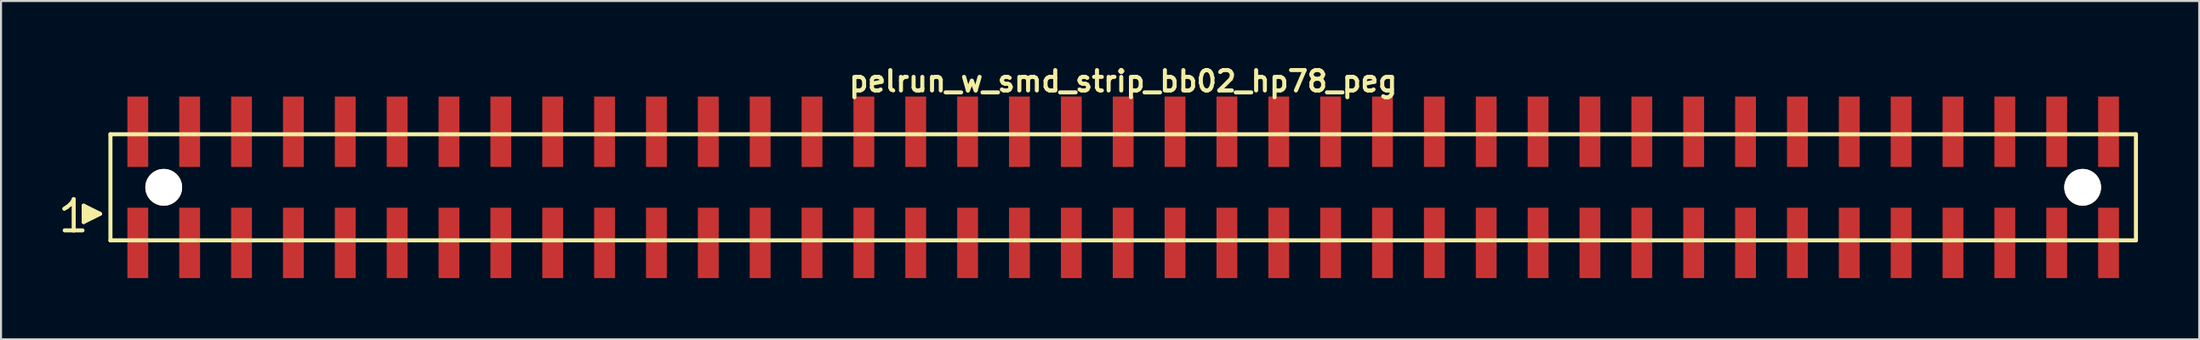
<source format=kicad_pcb>
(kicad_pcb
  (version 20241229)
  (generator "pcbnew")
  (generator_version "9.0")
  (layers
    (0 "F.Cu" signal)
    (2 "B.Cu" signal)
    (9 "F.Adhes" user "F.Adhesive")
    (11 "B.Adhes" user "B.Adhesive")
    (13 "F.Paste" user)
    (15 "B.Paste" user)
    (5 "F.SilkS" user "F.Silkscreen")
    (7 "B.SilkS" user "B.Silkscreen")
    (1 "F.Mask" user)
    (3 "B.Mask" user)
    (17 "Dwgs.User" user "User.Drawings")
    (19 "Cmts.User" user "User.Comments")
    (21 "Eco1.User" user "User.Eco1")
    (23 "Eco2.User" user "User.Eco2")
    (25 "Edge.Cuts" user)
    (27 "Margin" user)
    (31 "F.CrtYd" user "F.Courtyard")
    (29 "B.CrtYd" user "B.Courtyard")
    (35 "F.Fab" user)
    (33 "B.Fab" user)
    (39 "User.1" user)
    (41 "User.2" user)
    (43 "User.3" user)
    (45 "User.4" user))
  (footprint "pelrun_w_smd_strip_bb02_hp78_peg"
    (layer "F.Cu")
    (at 51.959 6.132)
    (property "Reference" "pelrun_w_smd_strip_bb02_hp78_peg" (at 0 -5.2 0) (layer "F.SilkS") (effects (font (size 0.998 0.998) (thickness 0.198))))
    (attr through_hole)
    (fp_line (start -51.86 1.05) (end -51.73 0.97) (stroke (width 0.198) (type solid)) (layer "F.SilkS"))
    (fp_line (start -51.73 0.97) (end -51.57 0.84) (stroke (width 0.198) (type solid)) (layer "F.SilkS"))
    (fp_line (start -51.57 0.84) (end -51.43 0.67) (stroke (width 0.198) (type solid)) (layer "F.SilkS"))
    (fp_line (start -51.43 0.67) (end -51.4 0.58) (stroke (width 0.198) (type solid)) (layer "F.SilkS"))
    (fp_line (start -51.4 0.58) (end -51.4 2.11) (stroke (width 0.198) (type solid)) (layer "F.SilkS"))
    (fp_line (start -51.4 2.11) (end -51.84 2.11) (stroke (width 0.198) (type solid)) (layer "F.SilkS"))
    (fp_line (start -50.97 2.11) (end -51.41 2.11) (stroke (width 0.198) (type solid)) (layer "F.SilkS"))
    (fp_line (start -50.91 0.9) (end -50.11 1.3) (stroke (width 0.198) (type solid)) (layer "F.SilkS"))
    (fp_line (start -50.91 1.7) (end -50.91 0.9) (stroke (width 0.198) (type solid)) (layer "F.SilkS"))
    (fp_line (start -50.81 1.6) (end -50.81 1) (stroke (width 0.198) (type solid)) (layer "F.SilkS"))
    (fp_line (start -50.71 1.1) (end -50.71 1.5) (stroke (width 0.198) (type solid)) (layer "F.SilkS"))
    (fp_line (start -50.61 1.5) (end -50.61 1.1) (stroke (width 0.198) (type solid)) (layer "F.SilkS"))
    (fp_line (start -50.51 1.2) (end -50.51 1.4) (stroke (width 0.198) (type solid)) (layer "F.SilkS"))
    (fp_line (start -50.41 1.4) (end -50.41 1.2) (stroke (width 0.198) (type solid)) (layer "F.SilkS"))
    (fp_line (start -50.11 1.3) (end -50.91 1.7) (stroke (width 0.198) (type solid)) (layer "F.SilkS"))
    (fp_line (start -49.6 -2.6) (end -49.6 2.6) (stroke (width 0.198) (type solid)) (layer "F.SilkS"))
    (fp_line (start -49.6 -2.6) (end 49.6 -2.6) (stroke (width 0.198) (type solid)) (layer "F.SilkS"))
    (fp_line (start 49.6 2.6) (end -49.6 2.6) (stroke (width 0.198) (type solid)) (layer "F.SilkS"))
    (fp_line (start 49.6 2.6) (end 49.6 -2.6) (stroke (width 0.198) (type solid)) (layer "F.SilkS"))
    (pad "" np_thru_hole circle (at -46.99 0) (size 1.8 1.8) (drill 1.8) (layers "*.Cu" "*.Mask" "F.SilkS"))
    (pad "" np_thru_hole circle (at 46.99 0) (size 1.8 1.8) (drill 1.8) (layers "*.Cu" "*.Mask" "F.SilkS"))
    (pad "1" smd rect (at -48.26 2.725) (size 1.02 3.45) (layers "F.Cu" "F.Mask" "F.Paste"))
    (pad "2" smd rect (at -48.26 -2.725) (size 1.02 3.45) (layers "F.Cu" "F.Mask" "F.Paste"))
    (pad "3" smd rect (at -45.72 2.725) (size 1.02 3.45) (layers "F.Cu" "F.Mask" "F.Paste"))
    (pad "4" smd rect (at -45.72 -2.725) (size 1.02 3.45) (layers "F.Cu" "F.Mask" "F.Paste"))
    (pad "5" smd rect (at -43.18 2.725) (size 1.02 3.45) (layers "F.Cu" "F.Mask" "F.Paste"))
    (pad "6" smd rect (at -43.18 -2.725) (size 1.02 3.45) (layers "F.Cu" "F.Mask" "F.Paste"))
    (pad "7" smd rect (at -40.64 2.725) (size 1.02 3.45) (layers "F.Cu" "F.Mask" "F.Paste"))
    (pad "8" smd rect (at -40.64 -2.725) (size 1.02 3.45) (layers "F.Cu" "F.Mask" "F.Paste"))
    (pad "9" smd rect (at -38.1 2.725) (size 1.02 3.45) (layers "F.Cu" "F.Mask" "F.Paste"))
    (pad "10" smd rect (at -38.1 -2.725) (size 1.02 3.45) (layers "F.Cu" "F.Mask" "F.Paste"))
    (pad "11" smd rect (at -35.56 2.725) (size 1.02 3.45) (layers "F.Cu" "F.Mask" "F.Paste"))
    (pad "12" smd rect (at -35.56 -2.725) (size 1.02 3.45) (layers "F.Cu" "F.Mask" "F.Paste"))
    (pad "13" smd rect (at -33.02 2.725) (size 1.02 3.45) (layers "F.Cu" "F.Mask" "F.Paste"))
    (pad "14" smd rect (at -33.02 -2.725) (size 1.02 3.45) (layers "F.Cu" "F.Mask" "F.Paste"))
    (pad "15" smd rect (at -30.48 2.725) (size 1.02 3.45) (layers "F.Cu" "F.Mask" "F.Paste"))
    (pad "16" smd rect (at -30.48 -2.725) (size 1.02 3.45) (layers "F.Cu" "F.Mask" "F.Paste"))
    (pad "17" smd rect (at -27.94 2.725) (size 1.02 3.45) (layers "F.Cu" "F.Mask" "F.Paste"))
    (pad "18" smd rect (at -27.94 -2.725) (size 1.02 3.45) (layers "F.Cu" "F.Mask" "F.Paste"))
    (pad "19" smd rect (at -25.4 2.725) (size 1.02 3.45) (layers "F.Cu" "F.Mask" "F.Paste"))
    (pad "20" smd rect (at -25.4 -2.725) (size 1.02 3.45) (layers "F.Cu" "F.Mask" "F.Paste"))
    (pad "21" smd rect (at -22.86 2.725) (size 1.02 3.45) (layers "F.Cu" "F.Mask" "F.Paste"))
    (pad "22" smd rect (at -22.86 -2.725) (size 1.02 3.45) (layers "F.Cu" "F.Mask" "F.Paste"))
    (pad "23" smd rect (at -20.32 2.725) (size 1.02 3.45) (layers "F.Cu" "F.Mask" "F.Paste"))
    (pad "24" smd rect (at -20.32 -2.725) (size 1.02 3.45) (layers "F.Cu" "F.Mask" "F.Paste"))
    (pad "25" smd rect (at -17.78 2.725) (size 1.02 3.45) (layers "F.Cu" "F.Mask" "F.Paste"))
    (pad "26" smd rect (at -17.78 -2.725) (size 1.02 3.45) (layers "F.Cu" "F.Mask" "F.Paste"))
    (pad "27" smd rect (at -15.24 2.725) (size 1.02 3.45) (layers "F.Cu" "F.Mask" "F.Paste"))
    (pad "28" smd rect (at -15.24 -2.725) (size 1.02 3.45) (layers "F.Cu" "F.Mask" "F.Paste"))
    (pad "29" smd rect (at -12.7 2.725) (size 1.02 3.45) (layers "F.Cu" "F.Mask" "F.Paste"))
    (pad "30" smd rect (at -12.7 -2.725) (size 1.02 3.45) (layers "F.Cu" "F.Mask" "F.Paste"))
    (pad "31" smd rect (at -10.16 2.725) (size 1.02 3.45) (layers "F.Cu" "F.Mask" "F.Paste"))
    (pad "32" smd rect (at -10.16 -2.725) (size 1.02 3.45) (layers "F.Cu" "F.Mask" "F.Paste"))
    (pad "33" smd rect (at -7.62 2.725) (size 1.02 3.45) (layers "F.Cu" "F.Mask" "F.Paste"))
    (pad "34" smd rect (at -7.62 -2.725) (size 1.02 3.45) (layers "F.Cu" "F.Mask" "F.Paste"))
    (pad "35" smd rect (at -5.08 2.725) (size 1.02 3.45) (layers "F.Cu" "F.Mask" "F.Paste"))
    (pad "36" smd rect (at -5.08 -2.725) (size 1.02 3.45) (layers "F.Cu" "F.Mask" "F.Paste"))
    (pad "37" smd rect (at -2.54 2.725) (size 1.02 3.45) (layers "F.Cu" "F.Mask" "F.Paste"))
    (pad "38" smd rect (at -2.54 -2.725) (size 1.02 3.45) (layers "F.Cu" "F.Mask" "F.Paste"))
    (pad "39" smd rect (at 0 2.725) (size 1.02 3.45) (layers "F.Cu" "F.Mask" "F.Paste"))
    (pad "40" smd rect (at 0 -2.725) (size 1.02 3.45) (layers "F.Cu" "F.Mask" "F.Paste"))
    (pad "41" smd rect (at 2.54 2.725) (size 1.02 3.45) (layers "F.Cu" "F.Mask" "F.Paste"))
    (pad "42" smd rect (at 2.54 -2.725) (size 1.02 3.45) (layers "F.Cu" "F.Mask" "F.Paste"))
    (pad "43" smd rect (at 5.08 2.725) (size 1.02 3.45) (layers "F.Cu" "F.Mask" "F.Paste"))
    (pad "44" smd rect (at 5.08 -2.725) (size 1.02 3.45) (layers "F.Cu" "F.Mask" "F.Paste"))
    (pad "45" smd rect (at 7.62 2.725) (size 1.02 3.45) (layers "F.Cu" "F.Mask" "F.Paste"))
    (pad "46" smd rect (at 7.62 -2.725) (size 1.02 3.45) (layers "F.Cu" "F.Mask" "F.Paste"))
    (pad "47" smd rect (at 10.16 2.725) (size 1.02 3.45) (layers "F.Cu" "F.Mask" "F.Paste"))
    (pad "48" smd rect (at 10.16 -2.725) (size 1.02 3.45) (layers "F.Cu" "F.Mask" "F.Paste"))
    (pad "49" smd rect (at 12.7 2.725) (size 1.02 3.45) (layers "F.Cu" "F.Mask" "F.Paste"))
    (pad "50" smd rect (at 12.7 -2.725) (size 1.02 3.45) (layers "F.Cu" "F.Mask" "F.Paste"))
    (pad "51" smd rect (at 15.24 2.725) (size 1.02 3.45) (layers "F.Cu" "F.Mask" "F.Paste"))
    (pad "52" smd rect (at 15.24 -2.725) (size 1.02 3.45) (layers "F.Cu" "F.Mask" "F.Paste"))
    (pad "53" smd rect (at 17.78 2.725) (size 1.02 3.45) (layers "F.Cu" "F.Mask" "F.Paste"))
    (pad "54" smd rect (at 17.78 -2.725) (size 1.02 3.45) (layers "F.Cu" "F.Mask" "F.Paste"))
    (pad "55" smd rect (at 20.32 2.725) (size 1.02 3.45) (layers "F.Cu" "F.Mask" "F.Paste"))
    (pad "56" smd rect (at 20.32 -2.725) (size 1.02 3.45) (layers "F.Cu" "F.Mask" "F.Paste"))
    (pad "57" smd rect (at 22.86 2.725) (size 1.02 3.45) (layers "F.Cu" "F.Mask" "F.Paste"))
    (pad "58" smd rect (at 22.86 -2.725) (size 1.02 3.45) (layers "F.Cu" "F.Mask" "F.Paste"))
    (pad "59" smd rect (at 25.4 2.725) (size 1.02 3.45) (layers "F.Cu" "F.Mask" "F.Paste"))
    (pad "60" smd rect (at 25.4 -2.725) (size 1.02 3.45) (layers "F.Cu" "F.Mask" "F.Paste"))
    (pad "61" smd rect (at 27.94 2.725) (size 1.02 3.45) (layers "F.Cu" "F.Mask" "F.Paste"))
    (pad "62" smd rect (at 27.94 -2.725) (size 1.02 3.45) (layers "F.Cu" "F.Mask" "F.Paste"))
    (pad "63" smd rect (at 30.48 2.725) (size 1.02 3.45) (layers "F.Cu" "F.Mask" "F.Paste"))
    (pad "64" smd rect (at 30.48 -2.725) (size 1.02 3.45) (layers "F.Cu" "F.Mask" "F.Paste"))
    (pad "65" smd rect (at 33.02 2.725) (size 1.02 3.45) (layers "F.Cu" "F.Mask" "F.Paste"))
    (pad "66" smd rect (at 33.02 -2.725) (size 1.02 3.45) (layers "F.Cu" "F.Mask" "F.Paste"))
    (pad "67" smd rect (at 35.56 2.725) (size 1.02 3.45) (layers "F.Cu" "F.Mask" "F.Paste"))
    (pad "68" smd rect (at 35.56 -2.725) (size 1.02 3.45) (layers "F.Cu" "F.Mask" "F.Paste"))
    (pad "69" smd rect (at 38.1 2.725) (size 1.02 3.45) (layers "F.Cu" "F.Mask" "F.Paste"))
    (pad "70" smd rect (at 38.1 -2.725) (size 1.02 3.45) (layers "F.Cu" "F.Mask" "F.Paste"))
    (pad "71" smd rect (at 40.64 2.725) (size 1.02 3.45) (layers "F.Cu" "F.Mask" "F.Paste"))
    (pad "72" smd rect (at 40.64 -2.725) (size 1.02 3.45) (layers "F.Cu" "F.Mask" "F.Paste"))
    (pad "73" smd rect (at 43.18 2.725) (size 1.02 3.45) (layers "F.Cu" "F.Mask" "F.Paste"))
    (pad "74" smd rect (at 43.18 -2.725) (size 1.02 3.45) (layers "F.Cu" "F.Mask" "F.Paste"))
    (pad "75" smd rect (at 45.72 2.725) (size 1.02 3.45) (layers "F.Cu" "F.Mask" "F.Paste"))
    (pad "76" smd rect (at 45.72 -2.725) (size 1.02 3.45) (layers "F.Cu" "F.Mask" "F.Paste"))
    (pad "77" smd rect (at 48.26 2.725) (size 1.02 3.45) (layers "F.Cu" "F.Mask" "F.Paste"))
    (pad "78" smd rect (at 48.26 -2.725) (size 1.02 3.45) (layers "F.Cu" "F.Mask" "F.Paste")))
  (gr_rect
    (start -3 -3)
    (end 104.658 13.582)
    (stroke (width 0.1) (type default))
    (fill no)
    (layer "Edge.Cuts")))
</source>
